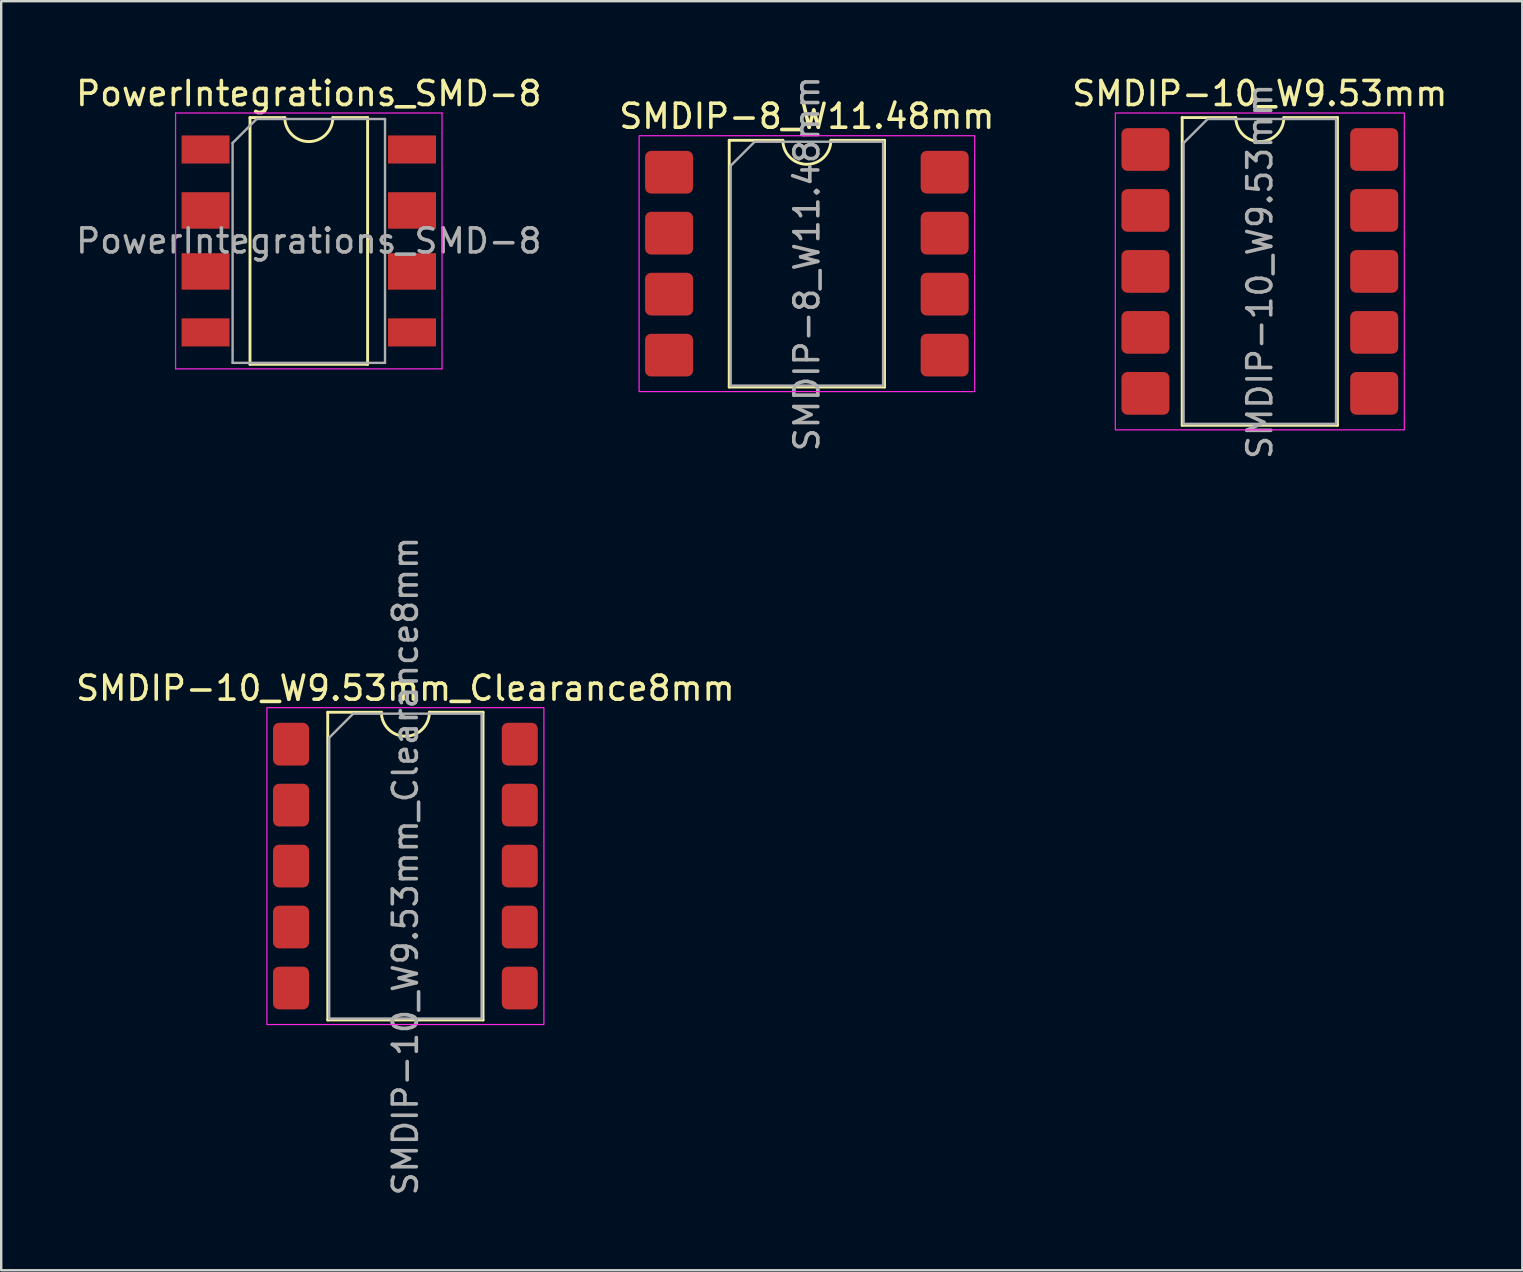
<source format=kicad_pcb>
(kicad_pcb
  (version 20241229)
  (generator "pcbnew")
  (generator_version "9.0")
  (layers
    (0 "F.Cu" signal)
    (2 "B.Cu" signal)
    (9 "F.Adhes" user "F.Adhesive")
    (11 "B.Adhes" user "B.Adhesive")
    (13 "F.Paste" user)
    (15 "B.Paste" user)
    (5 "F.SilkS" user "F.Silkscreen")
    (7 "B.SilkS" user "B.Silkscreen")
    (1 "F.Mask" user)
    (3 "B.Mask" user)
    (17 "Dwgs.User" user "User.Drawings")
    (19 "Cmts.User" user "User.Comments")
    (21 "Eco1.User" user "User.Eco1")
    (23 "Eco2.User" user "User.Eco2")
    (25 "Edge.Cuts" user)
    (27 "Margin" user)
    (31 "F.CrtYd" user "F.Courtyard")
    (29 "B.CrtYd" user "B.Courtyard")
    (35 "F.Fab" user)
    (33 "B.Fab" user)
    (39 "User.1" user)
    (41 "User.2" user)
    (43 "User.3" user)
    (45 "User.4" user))
  (footprint "SMDIP-8_W11.48mm"
    (layer "F.Cu")
    (at 30.565 7.935)
    (property "Reference" "SMDIP-8_W11.48mm" (at 0 -6.14 0) (layer "F.SilkS") (effects (font (size 1 1) (thickness 0.15))))
    (attr smd)
    (fp_line (start -3.235 -5.14) (end -3.235 5.14) (stroke (width 0.12) (type solid)) (layer "F.SilkS"))
    (fp_line (start -3.235 5.14) (end 3.235 5.14) (stroke (width 0.12) (type solid)) (layer "F.SilkS"))
    (fp_line (start -1 -5.14) (end -3.235 -5.14) (stroke (width 0.12) (type solid)) (layer "F.SilkS"))
    (fp_line (start 3.235 -5.14) (end 1 -5.14) (stroke (width 0.12) (type solid)) (layer "F.SilkS"))
    (fp_line (start 3.235 5.14) (end 3.235 -5.14) (stroke (width 0.12) (type solid)) (layer "F.SilkS"))
    (fp_arc (start 1 -5.14) (mid 0 -4.14) (end -1 -5.14) (stroke (width 0.12) (type solid)) (layer "F.SilkS"))
    (fp_rect (start -6.99 -5.33) (end 6.99 5.33) (stroke (width 0.05) (type solid)) (fill no) (layer "F.CrtYd"))
    (fp_line (start -3.175 -4.08) (end -2.175 -5.08) (stroke (width 0.1) (type solid)) (layer "F.Fab"))
    (fp_line (start -3.175 5.08) (end -3.175 -4.08) (stroke (width 0.1) (type solid)) (layer "F.Fab"))
    (fp_line (start -2.175 -5.08) (end 3.175 -5.08) (stroke (width 0.1) (type solid)) (layer "F.Fab"))
    (fp_line (start 3.175 -5.08) (end 3.175 5.08) (stroke (width 0.1) (type solid)) (layer "F.Fab"))
    (fp_line (start 3.175 5.08) (end -3.175 5.08) (stroke (width 0.1) (type solid)) (layer "F.Fab"))
    (fp_text user "${REFERENCE}" (at 0 0 90) (layer "F.Fab") (effects (font (size 1 1) (thickness 0.15))))
    (pad "1" smd roundrect (at -5.74 -3.81) (size 2 1.78) (layers "F.Cu" "F.Mask" "F.Paste") (roundrect_rratio 0.14))
    (pad "2" smd roundrect (at -5.74 -1.27) (size 2 1.78) (layers "F.Cu" "F.Mask" "F.Paste") (roundrect_rratio 0.14))
    (pad "3" smd roundrect (at -5.74 1.27) (size 2 1.78) (layers "F.Cu" "F.Mask" "F.Paste") (roundrect_rratio 0.14))
    (pad "4" smd roundrect (at -5.74 3.81) (size 2 1.78) (layers "F.Cu" "F.Mask" "F.Paste") (roundrect_rratio 0.14))
    (pad "5" smd roundrect (at 5.74 3.81) (size 2 1.78) (layers "F.Cu" "F.Mask" "F.Paste") (roundrect_rratio 0.14))
    (pad "6" smd roundrect (at 5.74 1.27) (size 2 1.78) (layers "F.Cu" "F.Mask" "F.Paste") (roundrect_rratio 0.14))
    (pad "7" smd roundrect (at 5.74 -1.27) (size 2 1.78) (layers "F.Cu" "F.Mask" "F.Paste") (roundrect_rratio 0.14))
    (pad "8" smd roundrect (at 5.74 -3.81) (size 2 1.78) (layers "F.Cu" "F.Mask" "F.Paste") (roundrect_rratio 0.14)))
  (footprint "SMDIP-10_W9.53mm"
    (layer "F.Cu")
    (at 49.435 8.258)
    (property "Reference" "SMDIP-10_W9.53mm" (at 0 -7.41 0) (layer "F.SilkS") (effects (font (size 1 1) (thickness 0.15))))
    (attr smd)
    (fp_line (start -3.235 -6.41) (end -3.235 6.41) (stroke (width 0.12) (type solid)) (layer "F.SilkS"))
    (fp_line (start -3.235 6.41) (end 3.235 6.41) (stroke (width 0.12) (type solid)) (layer "F.SilkS"))
    (fp_line (start -1 -6.41) (end -3.235 -6.41) (stroke (width 0.12) (type solid)) (layer "F.SilkS"))
    (fp_line (start 3.235 -6.41) (end 1 -6.41) (stroke (width 0.12) (type solid)) (layer "F.SilkS"))
    (fp_line (start 3.235 6.41) (end 3.235 -6.41) (stroke (width 0.12) (type solid)) (layer "F.SilkS"))
    (fp_arc (start 1 -6.41) (mid 0 -5.41) (end -1 -6.41) (stroke (width 0.12) (type solid)) (layer "F.SilkS"))
    (fp_rect (start -6.02 -6.6) (end 6.02 6.6) (stroke (width 0.05) (type solid)) (fill no) (layer "F.CrtYd"))
    (fp_line (start -3.175 -5.35) (end -2.175 -6.35) (stroke (width 0.1) (type solid)) (layer "F.Fab"))
    (fp_line (start -3.175 6.35) (end -3.175 -5.35) (stroke (width 0.1) (type solid)) (layer "F.Fab"))
    (fp_line (start -2.175 -6.35) (end 3.175 -6.35) (stroke (width 0.1) (type solid)) (layer "F.Fab"))
    (fp_line (start 3.175 -6.35) (end 3.175 6.35) (stroke (width 0.1) (type solid)) (layer "F.Fab"))
    (fp_line (start 3.175 6.35) (end -3.175 6.35) (stroke (width 0.1) (type solid)) (layer "F.Fab"))
    (fp_text user "${REFERENCE}" (at 0 0 90) (layer "F.Fab") (effects (font (size 1 1) (thickness 0.15))))
    (pad "1" smd roundrect (at -4.765 -5.08) (size 2 1.78) (layers "F.Cu" "F.Mask" "F.Paste") (roundrect_rratio 0.14))
    (pad "2" smd roundrect (at -4.765 -2.54) (size 2 1.78) (layers "F.Cu" "F.Mask" "F.Paste") (roundrect_rratio 0.14))
    (pad "3" smd roundrect (at -4.765 0) (size 2 1.78) (layers "F.Cu" "F.Mask" "F.Paste") (roundrect_rratio 0.14))
    (pad "4" smd roundrect (at -4.765 2.54) (size 2 1.78) (layers "F.Cu" "F.Mask" "F.Paste") (roundrect_rratio 0.14))
    (pad "5" smd roundrect (at -4.765 5.08) (size 2 1.78) (layers "F.Cu" "F.Mask" "F.Paste") (roundrect_rratio 0.14))
    (pad "6" smd roundrect (at 4.765 5.08) (size 2 1.78) (layers "F.Cu" "F.Mask" "F.Paste") (roundrect_rratio 0.14))
    (pad "7" smd roundrect (at 4.765 2.54) (size 2 1.78) (layers "F.Cu" "F.Mask" "F.Paste") (roundrect_rratio 0.14))
    (pad "8" smd roundrect (at 4.765 0) (size 2 1.78) (layers "F.Cu" "F.Mask" "F.Paste") (roundrect_rratio 0.14))
    (pad "9" smd roundrect (at 4.765 -2.54) (size 2 1.78) (layers "F.Cu" "F.Mask" "F.Paste") (roundrect_rratio 0.14))
    (pad "10" smd roundrect (at 4.765 -5.08) (size 2 1.78) (layers "F.Cu" "F.Mask" "F.Paste") (roundrect_rratio 0.14)))
  (footprint "PowerIntegrations_SMD-8"
    (layer "F.Cu")
    (at 9.815 6.988)
    (property "Reference" "PowerIntegrations_SMD-8" (at 0 -6.14 0) (layer "F.SilkS") (effects (font (size 1 1) (thickness 0.15))))
    (attr smd)
    (fp_line (start -2.45 -5.14) (end -2.45 5.14) (stroke (width 0.12) (type solid)) (layer "F.SilkS"))
    (fp_line (start -2.45 5.14) (end 2.45 5.14) (stroke (width 0.12) (type solid)) (layer "F.SilkS"))
    (fp_line (start -1 -5.14) (end -2.45 -5.14) (stroke (width 0.12) (type solid)) (layer "F.SilkS"))
    (fp_line (start 2.45 -5.14) (end 1 -5.14) (stroke (width 0.12) (type solid)) (layer "F.SilkS"))
    (fp_line (start 2.45 5.14) (end 2.45 -5.14) (stroke (width 0.12) (type solid)) (layer "F.SilkS"))
    (fp_arc (start 1 -5.14) (mid 0 -4.14) (end -1 -5.14) (stroke (width 0.12) (type solid)) (layer "F.SilkS"))
    (fp_line (start -5.55 -5.33) (end -5.55 5.33) (stroke (width 0.05) (type solid)) (layer "F.CrtYd"))
    (fp_line (start -5.55 -5.33) (end 5.55 -5.33) (stroke (width 0.05) (type solid)) (layer "F.CrtYd"))
    (fp_line (start 5.55 5.33) (end -5.55 5.33) (stroke (width 0.05) (type solid)) (layer "F.CrtYd"))
    (fp_line (start 5.55 5.33) (end 5.55 -5.33) (stroke (width 0.05) (type solid)) (layer "F.CrtYd"))
    (fp_line (start -3.175 -4.08) (end -2.175 -5.08) (stroke (width 0.1) (type solid)) (layer "F.Fab"))
    (fp_line (start -3.175 5.08) (end -3.175 -4.08) (stroke (width 0.1) (type solid)) (layer "F.Fab"))
    (fp_line (start -2.175 -5.08) (end 3.175 -5.08) (stroke (width 0.1) (type solid)) (layer "F.Fab"))
    (fp_line (start 3.175 -5.08) (end 3.175 5.08) (stroke (width 0.1) (type solid)) (layer "F.Fab"))
    (fp_line (start 3.175 5.08) (end -3.175 5.08) (stroke (width 0.1) (type solid)) (layer "F.Fab"))
    (fp_text user "${REFERENCE}" (at 0 0 0) (layer "F.Fab") (effects (font (size 1 1) (thickness 0.15))))
    (pad "1" smd rect (at -4.3 -3.81) (size 2 1.17) (layers "F.Cu" "F.Mask" "F.Paste"))
    (pad "2" smd rect (at -4.3 -1.27) (size 2 1.52) (layers "F.Cu" "F.Mask" "F.Paste"))
    (pad "3" smd rect (at -4.3 1.27) (size 2 1.52) (layers "F.Cu" "F.Mask" "F.Paste"))
    (pad "4" smd rect (at -4.3 3.81) (size 2 1.17) (layers "F.Cu" "F.Mask" "F.Paste"))
    (pad "5" smd rect (at 4.3 3.81) (size 2 1.17) (layers "F.Cu" "F.Mask" "F.Paste"))
    (pad "6" smd rect (at 4.3 1.27) (size 2 1.52) (layers "F.Cu" "F.Mask" "F.Paste"))
    (pad "7" smd rect (at 4.3 -1.27) (size 2 1.52) (layers "F.Cu" "F.Mask" "F.Paste"))
    (pad "8" smd rect (at 4.3 -3.81) (size 2 1.17) (layers "F.Cu" "F.Mask" "F.Paste")))
  (footprint "SMDIP-10_W9.53mm_Clearance8mm"
    (layer "F.Cu")
    (at 13.839 33.032)
    (property "Reference" "SMDIP-10_W9.53mm_Clearance8mm" (at 0 -7.41 0) (layer "F.SilkS") (effects (font (size 1 1) (thickness 0.15))))
    (attr smd)
    (fp_line (start -3.235 -6.41) (end -3.235 6.41) (stroke (width 0.12) (type solid)) (layer "F.SilkS"))
    (fp_line (start -3.235 6.41) (end 3.235 6.41) (stroke (width 0.12) (type solid)) (layer "F.SilkS"))
    (fp_line (start -1 -6.41) (end -3.235 -6.41) (stroke (width 0.12) (type solid)) (layer "F.SilkS"))
    (fp_line (start 3.235 -6.41) (end 1 -6.41) (stroke (width 0.12) (type solid)) (layer "F.SilkS"))
    (fp_line (start 3.235 6.41) (end 3.235 -6.41) (stroke (width 0.12) (type solid)) (layer "F.SilkS"))
    (fp_arc (start 1 -6.41) (mid 0 -5.41) (end -1 -6.41) (stroke (width 0.12) (type solid)) (layer "F.SilkS"))
    (fp_rect (start -5.77 -6.6) (end 5.77 6.6) (stroke (width 0.05) (type solid)) (fill no) (layer "F.CrtYd"))
    (fp_line (start -3.175 -5.35) (end -2.175 -6.35) (stroke (width 0.1) (type solid)) (layer "F.Fab"))
    (fp_line (start -3.175 6.35) (end -3.175 -5.35) (stroke (width 0.1) (type solid)) (layer "F.Fab"))
    (fp_line (start -2.175 -6.35) (end 3.175 -6.35) (stroke (width 0.1) (type solid)) (layer "F.Fab"))
    (fp_line (start 3.175 -6.35) (end 3.175 6.35) (stroke (width 0.1) (type solid)) (layer "F.Fab"))
    (fp_line (start 3.175 6.35) (end -3.175 6.35) (stroke (width 0.1) (type solid)) (layer "F.Fab"))
    (fp_text user "${REFERENCE}" (at 0 0 90) (layer "F.Fab") (effects (font (size 1 1) (thickness 0.15))))
    (pad "1" smd roundrect (at -4.765 -5.08) (size 1.5 1.78) (layers "F.Cu" "F.Mask" "F.Paste") (roundrect_rratio 0.167))
    (pad "2" smd roundrect (at -4.765 -2.54) (size 1.5 1.78) (layers "F.Cu" "F.Mask" "F.Paste") (roundrect_rratio 0.167))
    (pad "3" smd roundrect (at -4.765 0) (size 1.5 1.78) (layers "F.Cu" "F.Mask" "F.Paste") (roundrect_rratio 0.167))
    (pad "4" smd roundrect (at -4.765 2.54) (size 1.5 1.78) (layers "F.Cu" "F.Mask" "F.Paste") (roundrect_rratio 0.167))
    (pad "5" smd roundrect (at -4.765 5.08) (size 1.5 1.78) (layers "F.Cu" "F.Mask" "F.Paste") (roundrect_rratio 0.167))
    (pad "6" smd roundrect (at 4.765 5.08) (size 1.5 1.78) (layers "F.Cu" "F.Mask" "F.Paste") (roundrect_rratio 0.167))
    (pad "7" smd roundrect (at 4.765 2.54) (size 1.5 1.78) (layers "F.Cu" "F.Mask" "F.Paste") (roundrect_rratio 0.167))
    (pad "8" smd roundrect (at 4.765 0) (size 1.5 1.78) (layers "F.Cu" "F.Mask" "F.Paste") (roundrect_rratio 0.167))
    (pad "9" smd roundrect (at 4.765 -2.54) (size 1.5 1.78) (layers "F.Cu" "F.Mask" "F.Paste") (roundrect_rratio 0.167))
    (pad "10" smd roundrect (at 4.765 -5.08) (size 1.5 1.78) (layers "F.Cu" "F.Mask" "F.Paste") (roundrect_rratio 0.167)))
  (gr_rect
    (start -3 -3)
    (end 60.369 49.871)
    (stroke (width 0.1) (type default))
    (fill no)
    (layer "Edge.Cuts")))
</source>
